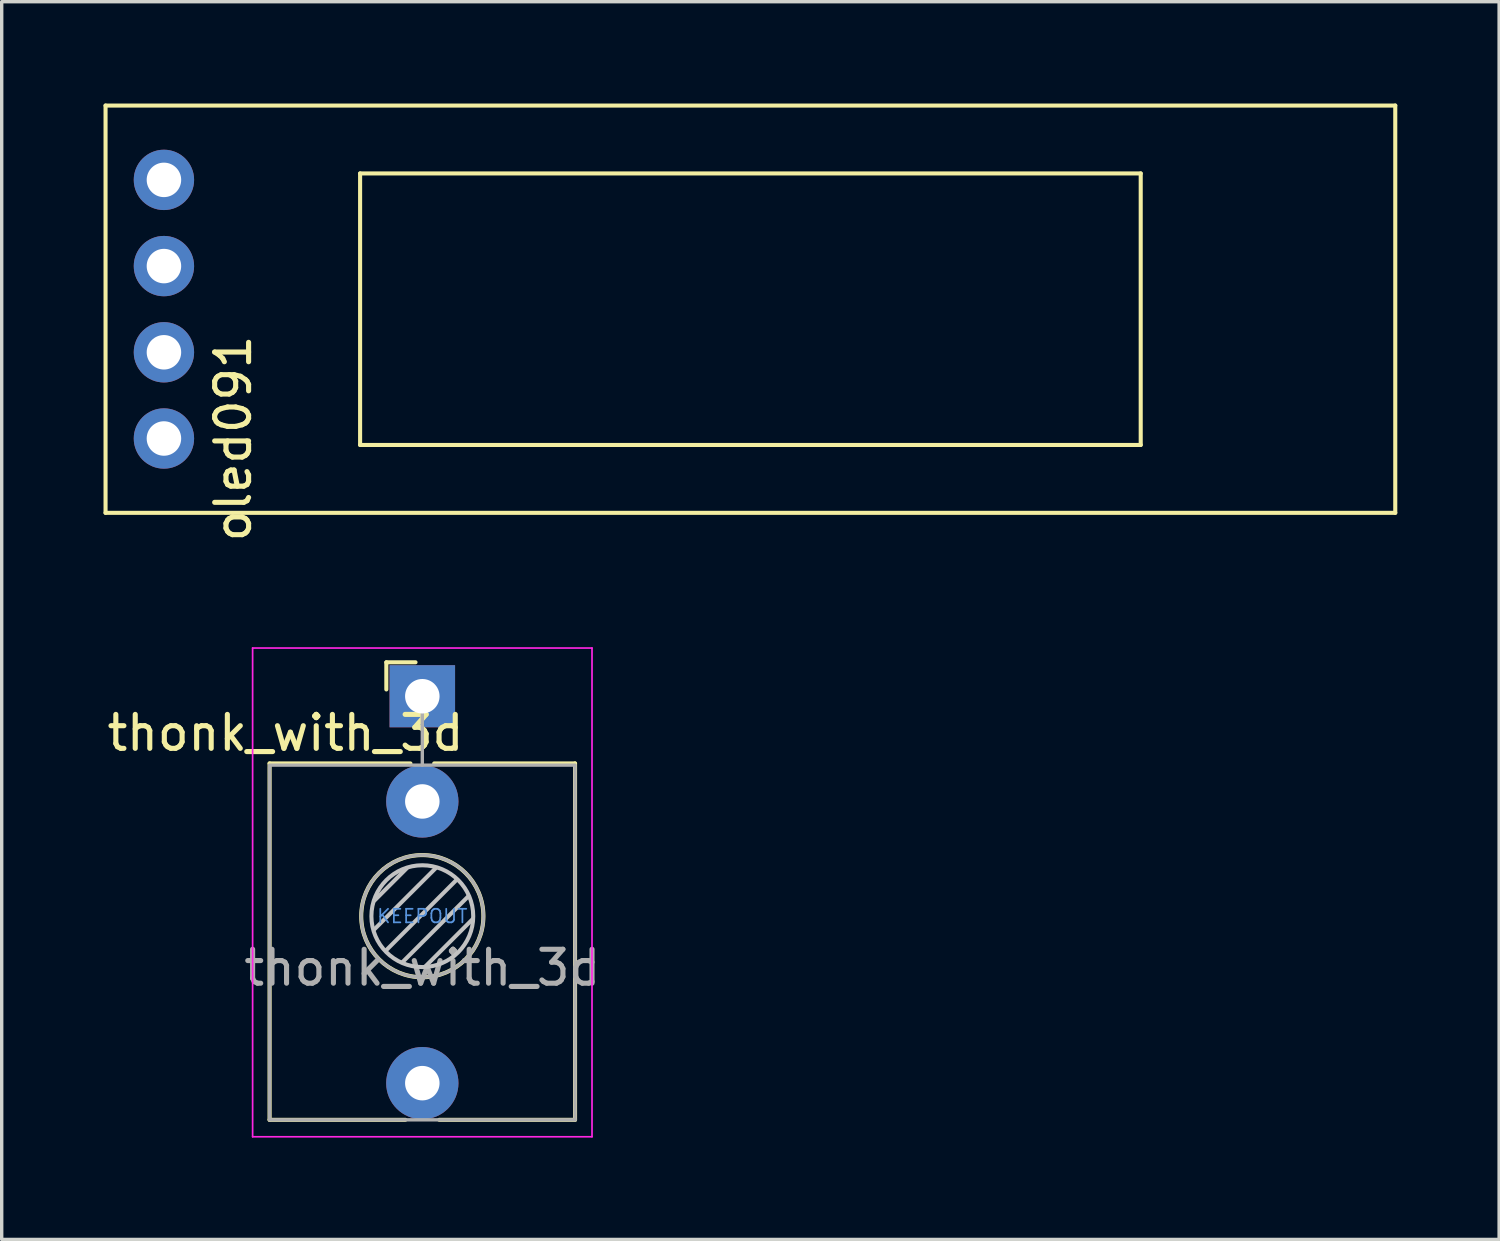
<source format=kicad_pcb>
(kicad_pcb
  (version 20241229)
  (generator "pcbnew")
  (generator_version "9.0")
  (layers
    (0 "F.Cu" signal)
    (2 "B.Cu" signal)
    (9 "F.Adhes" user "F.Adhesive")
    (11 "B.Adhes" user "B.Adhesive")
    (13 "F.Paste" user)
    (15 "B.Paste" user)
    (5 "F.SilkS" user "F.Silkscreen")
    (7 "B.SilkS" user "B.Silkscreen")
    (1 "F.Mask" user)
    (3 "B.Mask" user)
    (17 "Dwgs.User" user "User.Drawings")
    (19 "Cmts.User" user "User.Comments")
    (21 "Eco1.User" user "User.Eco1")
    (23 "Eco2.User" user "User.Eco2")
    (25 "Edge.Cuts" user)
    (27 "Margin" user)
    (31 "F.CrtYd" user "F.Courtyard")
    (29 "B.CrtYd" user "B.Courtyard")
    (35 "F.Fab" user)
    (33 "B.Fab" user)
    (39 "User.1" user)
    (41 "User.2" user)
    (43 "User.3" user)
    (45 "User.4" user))
  (footprint "oled091"
    (layer "F.Cu")
    (at 19.06 6.06)
    (property "Reference" "oled091" (at -15.24 3.81 90) (layer "F.SilkS") (effects (font (size 1 1) (thickness 0.15))))
    (attr through_hole)
    (fp_line (start -19 -6) (end 19 -6) (stroke (width 0.12) (type solid)) (layer "F.SilkS"))
    (fp_line (start -19 6) (end -19 -6) (stroke (width 0.12) (type solid)) (layer "F.SilkS"))
    (fp_line (start -11.5 -4) (end -11.5 4) (stroke (width 0.12) (type solid)) (layer "F.SilkS"))
    (fp_line (start -11.5 4) (end 11.5 4) (stroke (width 0.12) (type solid)) (layer "F.SilkS"))
    (fp_line (start 11.5 -4) (end -11.5 -4) (stroke (width 0.12) (type solid)) (layer "F.SilkS"))
    (fp_line (start 11.5 4) (end 11.5 -4) (stroke (width 0.12) (type solid)) (layer "F.SilkS"))
    (fp_line (start 19 -6) (end 19 6) (stroke (width 0.12) (type solid)) (layer "F.SilkS"))
    (fp_line (start 19 6) (end -19 6) (stroke (width 0.12) (type solid)) (layer "F.SilkS"))
    (pad "1" thru_hole circle (at -17.28 -3.81) (size 1.778 1.778) (drill 1.016) (layers "*.Cu" "*.Mask"))
    (pad "2" thru_hole circle (at -17.28 -1.27) (size 1.778 1.778) (drill 1.016) (layers "*.Cu" "*.Mask"))
    (pad "3" thru_hole circle (at -17.28 1.27) (size 1.778 1.778) (drill 1.016) (layers "*.Cu" "*.Mask"))
    (pad "4" thru_hole circle (at -17.28 3.81) (size 1.778 1.778) (drill 1.016) (layers "*.Cu" "*.Mask")))
  (footprint "thonk_with_3d"
    (layer "F.Cu")
    (at 9.393 17.464)
    (property "Reference" "thonk_with_3d" (at -4.03 1.08 0) (layer "F.SilkS") (effects (font (size 1 1) (thickness 0.15))))
    (attr through_hole)
    (fp_line (start -4.5 1.98) (end -4.5 12.48) (stroke (width 0.12) (type solid)) (layer "F.SilkS"))
    (fp_line (start -1.06 -1) (end -1.06 -0.2) (stroke (width 0.12) (type solid)) (layer "F.SilkS"))
    (fp_line (start -1.06 -1) (end -0.2 -1) (stroke (width 0.12) (type solid)) (layer "F.SilkS"))
    (fp_line (start -0.5 12.48) (end -4.5 12.48) (stroke (width 0.12) (type solid)) (layer "F.SilkS"))
    (fp_line (start -0.35 1.98) (end -4.5 1.98) (stroke (width 0.12) (type solid)) (layer "F.SilkS"))
    (fp_line (start 4.5 1.98) (end 0.35 1.98) (stroke (width 0.12) (type solid)) (layer "F.SilkS"))
    (fp_line (start 4.5 1.98) (end 4.5 12.48) (stroke (width 0.12) (type solid)) (layer "F.SilkS"))
    (fp_line (start 4.5 12.48) (end 0.5 12.48) (stroke (width 0.12) (type solid)) (layer "F.SilkS"))
    (fp_circle (center 0 6.48) (end 1.8 6.48) (stroke (width 0.12) (type solid)) (fill no) (layer "F.SilkS"))
    (fp_line (start -1.42 6.875) (end 0.4 5.06) (stroke (width 0.12) (type solid)) (layer "Dwgs.User"))
    (fp_line (start -1.41 6.02) (end -0.46 5.07) (stroke (width 0.12) (type solid)) (layer "Dwgs.User"))
    (fp_line (start -1.07 7.49) (end 1.01 5.41) (stroke (width 0.12) (type solid)) (layer "Dwgs.User"))
    (fp_line (start -0.58 7.83) (end 1.36 5.89) (stroke (width 0.12) (type solid)) (layer "Dwgs.User"))
    (fp_line (start 0.09 7.96) (end 1.48 6.57) (stroke (width 0.12) (type solid)) (layer "Dwgs.User"))
    (fp_circle (center 0 6.48) (end 1.5 6.48) (stroke (width 0.12) (type solid)) (fill no) (layer "Dwgs.User"))
    (fp_line (start -5 12.98) (end -5 -1.42) (stroke (width 0.05) (type solid)) (layer "F.CrtYd"))
    (fp_line (start 5 -1.42) (end -5 -1.42) (stroke (width 0.05) (type solid)) (layer "F.CrtYd"))
    (fp_line (start 5 12.98) (end -5 12.98) (stroke (width 0.05) (type solid)) (layer "F.CrtYd"))
    (fp_line (start 5 12.98) (end 5 -1.42) (stroke (width 0.05) (type solid)) (layer "F.CrtYd"))
    (fp_line (start -4.5 12.48) (end -4.5 2.08) (stroke (width 0.1) (type solid)) (layer "F.Fab"))
    (fp_line (start 0 0) (end 0 2.03) (stroke (width 0.1) (type solid)) (layer "F.Fab"))
    (fp_line (start 4.5 2.03) (end -4.5 2.03) (stroke (width 0.1) (type solid)) (layer "F.Fab"))
    (fp_line (start 4.5 12.48) (end -4.5 12.48) (stroke (width 0.1) (type solid)) (layer "F.Fab"))
    (fp_line (start 4.5 12.48) (end 4.5 2.08) (stroke (width 0.1) (type solid)) (layer "F.Fab"))
    (fp_circle (center 0 6.48) (end 1.8 6.48) (stroke (width 0.1) (type solid)) (fill no) (layer "F.Fab"))
    (fp_text user "KEEPOUT" (at 0 6.48 180) (layer "Cmts.User") (effects (font (size 0.4 0.4) (thickness 0.051))))
    (fp_text user "${REFERENCE}" (at 0 8 0) (layer "F.Fab") (effects (font (size 1 1) (thickness 0.15))))
    (pad "S" thru_hole rect (at 0 0 180) (size 1.93 1.83) (drill 1.016) (layers "*.Cu" "*.Mask"))
    (pad "T" thru_hole circle (at 0 11.4 180) (size 2.13 2.13) (drill 1.016) (layers "*.Cu" "*.Mask"))
    (pad "TN" thru_hole circle (at 0 3.1 180) (size 2.13 2.13) (drill 1.016) (layers "*.Cu" "*.Mask")))
  (gr_rect
    (start -3 -3)
    (end 41.12 33.469)
    (stroke (width 0.1) (type default))
    (fill no)
    (layer "Edge.Cuts")))
</source>
